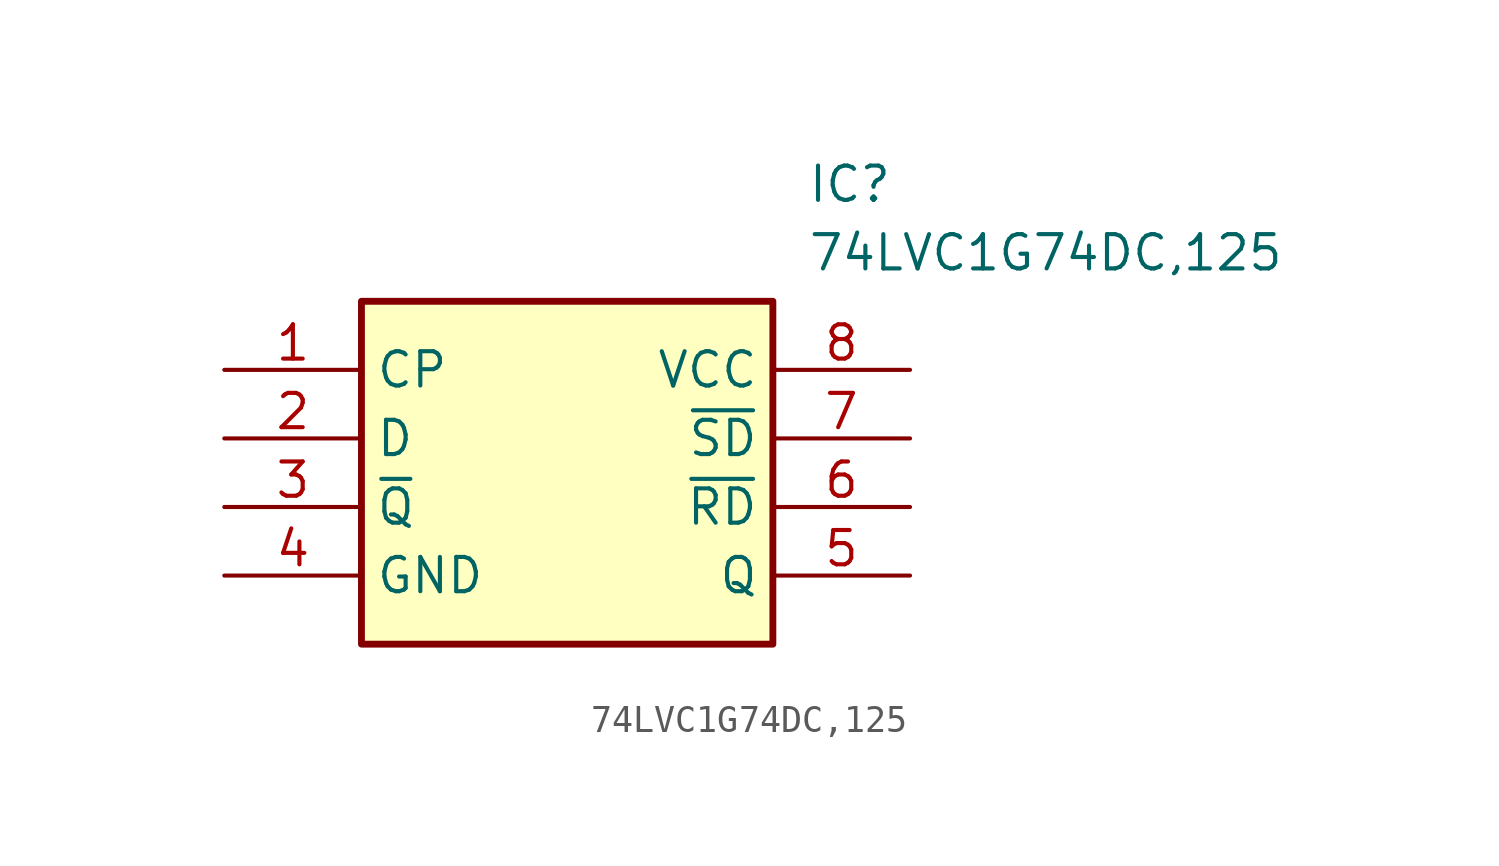
<source format=kicad_sym>
(kicad_symbol_lib
  (version 20211014)
  (generator SamacSys_ECAD_Model)
  (symbol "74LVC1G74DC,125"
    (property "Reference" "IC"
      (at 21.59 7.62 0)
      (effects (font (size 1.27 1.27)) (justify left top)))
    (property "Value" "74LVC1G74DC,125"
      (at 21.59 5.08 0)
      (effects (font (size 1.27 1.27)) (justify left top)))
    (rectangle
      (start 5.08 2.54)
      (end 20.32 -10.16)
      (stroke (width 0.254) (type default))
      (fill (type background)))
    (pin passive line
      (at 0 0 0)
      (length 5.08)
      (name "CP" (effects (font (size 1.27 1.27))))
      (number "1" (effects (font (size 1.27 1.27)))))
    (pin passive line
      (at 0 -2.54 0)
      (length 5.08)
      (name "D" (effects (font (size 1.27 1.27))))
      (number "2" (effects (font (size 1.27 1.27)))))
    (pin passive line
      (at 0 -5.08 0)
      (length 5.08)
      (name "~{Q}" (effects (font (size 1.27 1.27))))
      (number "3" (effects (font (size 1.27 1.27)))))
    (pin passive line
      (at 0 -7.62 0)
      (length 5.08)
      (name "GND" (effects (font (size 1.27 1.27))))
      (number "4" (effects (font (size 1.27 1.27)))))
    (pin passive line
      (at 25.4 0 180)
      (length 5.08)
      (name "VCC" (effects (font (size 1.27 1.27))))
      (number "8" (effects (font (size 1.27 1.27)))))
    (pin passive line
      (at 25.4 -2.54 180)
      (length 5.08)
      (name "~{SD}" (effects (font (size 1.27 1.27))))
      (number "7" (effects (font (size 1.27 1.27)))))
    (pin passive line
      (at 25.4 -5.08 180)
      (length 5.08)
      (name "~{RD}" (effects (font (size 1.27 1.27))))
      (number "6" (effects (font (size 1.27 1.27)))))
    (pin passive line
      (at 25.4 -7.62 180)
      (length 5.08)
      (name "Q" (effects (font (size 1.27 1.27))))
      (number "5" (effects (font (size 1.27 1.27)))))))
</source>
